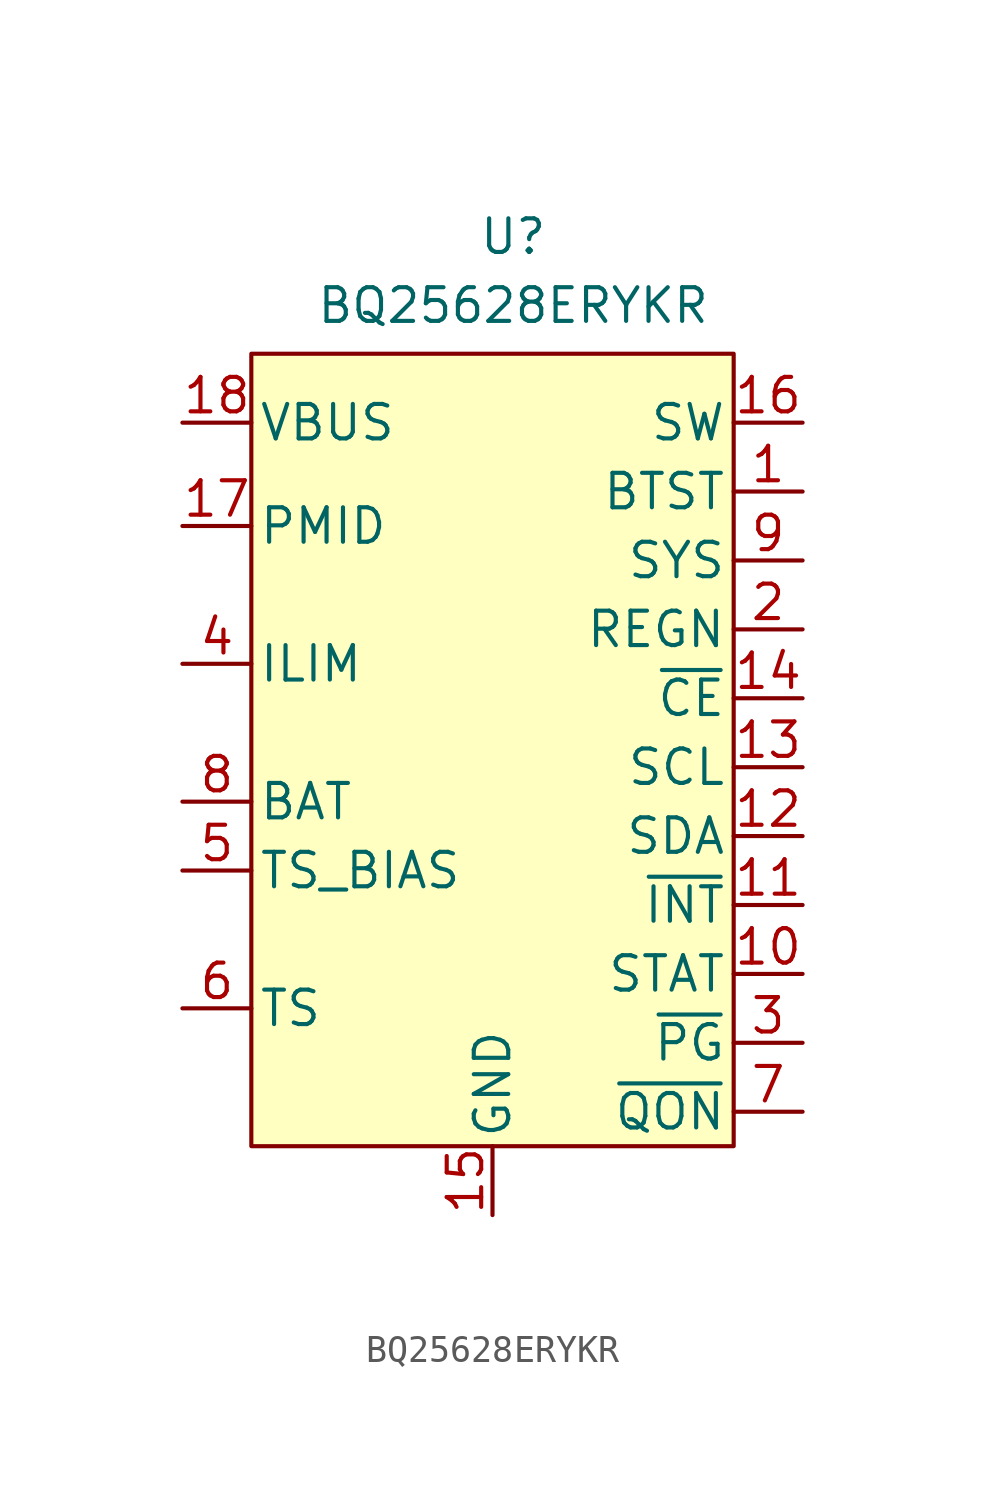
<source format=kicad_sym>
(kicad_symbol_lib
  (version 20241209)
  (generator "kicad_symbol_editor")
  (generator_version "9.0")
  (symbol "BQ25628ERYKR"
    (pin_names
      (offset 0.254))
    (property "Reference" "U"
      (at 17.272 9.398 0)
      (effects (font (size 1.24 1.24))))
    (property "Value" "BQ25628ERYKR"
      (at 17.272 6.858 0)
      (effects (font (size 1.24 1.24))))
    (property "ki_locked" ""
      (at 0 0 0)
      (effects (font (size 1.27 1.27))))
    (symbol "BQ25628ERYKR_0_1"
      (pin power_in line (at 5.08 2.54 0) (length 2.54) (name "VBUS" (effects (font (size 1.27 1.27)))) (number "18" (effects (font (size 1.27 1.27)))))
      (pin power_in line (at 5.08 -1.27 0) (length 2.54) (name "PMID" (effects (font (size 1.27 1.27)))) (number "17" (effects (font (size 1.27 1.27)))))
      (pin bidirectional line (at 5.08 -6.35 0) (length 2.54) (name "ILIM" (effects (font (size 1.27 1.27)))) (number "4" (effects (font (size 1.27 1.27)))))
      (pin power_in line (at 5.08 -11.43 0) (length 2.54) (name "BAT" (effects (font (size 1.27 1.27)))) (number "8" (effects (font (size 1.27 1.27)))))
      (pin unspecified line (at 5.08 -13.97 0) (length 2.54) (name "TS_BIAS" (effects (font (size 1.27 1.27)))) (number "5" (effects (font (size 1.27 1.27)))))
      (pin input line (at 5.08 -19.05 0) (length 2.54) (name "TS" (effects (font (size 1.27 1.27)))) (number "6" (effects (font (size 1.27 1.27)))))
      (pin power_out line (at 16.51 -26.67 90) (length 2.54) (name "GND" (effects (font (size 1.27 1.27)))) (number "15" (effects (font (size 1.27 1.27)))))
      (pin power_in line (at 27.94 2.54 180) (length 2.54) (name "SW" (effects (font (size 1.27 1.27)))) (number "16" (effects (font (size 1.27 1.27)))))
      (pin power_in line (at 27.94 0 180) (length 2.54) (name "BTST" (effects (font (size 1.27 1.27)))) (number "1" (effects (font (size 1.27 1.27)))))
      (pin power_in line (at 27.94 -2.54 180) (length 2.54) (name "SYS" (effects (font (size 1.27 1.27)))) (number "9" (effects (font (size 1.27 1.27)))))
      (pin power_in line (at 27.94 -5.08 180) (length 2.54) (name "REGN" (effects (font (size 1.27 1.27)))) (number "2" (effects (font (size 1.27 1.27)))))
      (pin input line (at 27.94 -10.16 180) (length 2.54) (name "SCL" (effects (font (size 1.27 1.27)))) (number "13" (effects (font (size 1.27 1.27)))))
      (pin bidirectional line (at 27.94 -12.7 180) (length 2.54) (name "SDA" (effects (font (size 1.27 1.27)))) (number "12" (effects (font (size 1.27 1.27)))))
      (pin output line (at 27.94 -17.78 180) (length 2.54) (name "STAT" (effects (font (size 1.27 1.27)))) (number "10" (effects (font (size 1.27 1.27))))))
    (symbol "BQ25628ERYKR_1_1"
      (rectangle (start 7.62 5.08) (end 25.4 -24.13) (stroke (width 0) (type default)) (fill (type background)))
      (pin input line (at 27.94 -7.62 180) (length 2.54) (name "~{CE}" (effects (font (size 1.27 1.27)))) (number "14" (effects (font (size 1.27 1.27)))))
      (pin output line (at 27.94 -15.24 180) (length 2.54) (name "~{INT}" (effects (font (size 1.27 1.27)))) (number "11" (effects (font (size 1.27 1.27)))))
      (pin unspecified line (at 27.94 -20.32 180) (length 2.54) (name "~{PG}" (effects (font (size 1.27 1.27)))) (number "3" (effects (font (size 1.27 1.27)))))
      (pin input line (at 27.94 -22.86 180) (length 2.54) (name "~{QON}" (effects (font (size 1.27 1.27)))) (number "7" (effects (font (size 1.27 1.27))))))))
</source>
